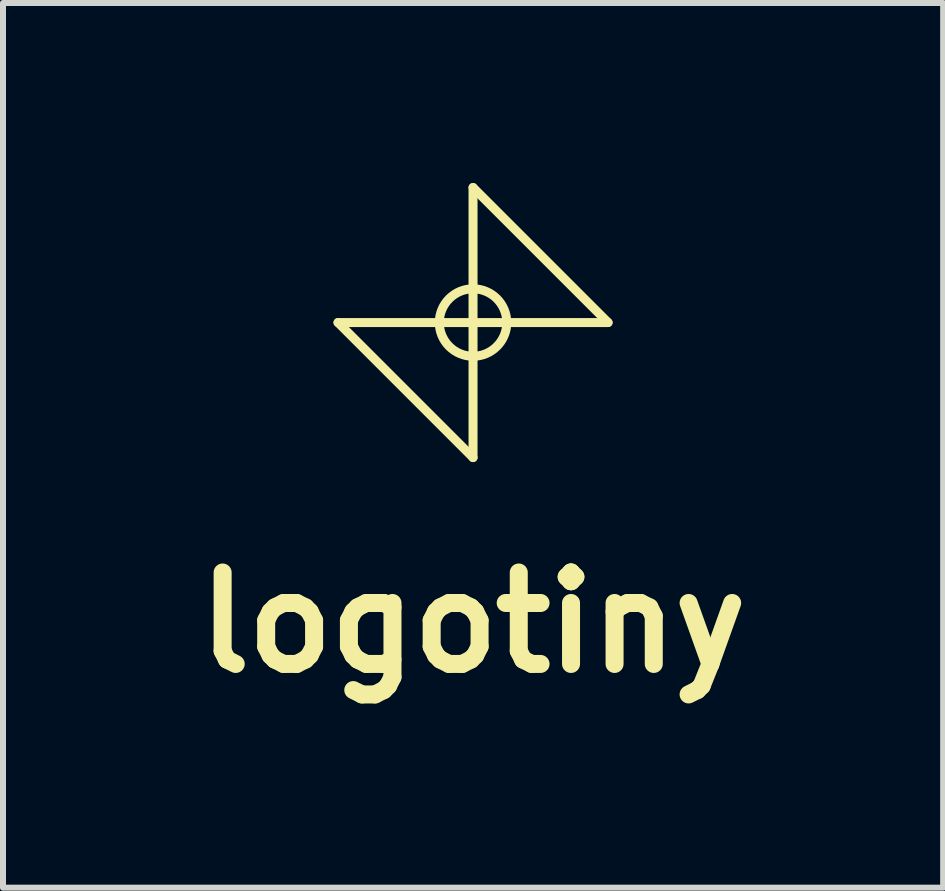
<source format=kicad_pcb>
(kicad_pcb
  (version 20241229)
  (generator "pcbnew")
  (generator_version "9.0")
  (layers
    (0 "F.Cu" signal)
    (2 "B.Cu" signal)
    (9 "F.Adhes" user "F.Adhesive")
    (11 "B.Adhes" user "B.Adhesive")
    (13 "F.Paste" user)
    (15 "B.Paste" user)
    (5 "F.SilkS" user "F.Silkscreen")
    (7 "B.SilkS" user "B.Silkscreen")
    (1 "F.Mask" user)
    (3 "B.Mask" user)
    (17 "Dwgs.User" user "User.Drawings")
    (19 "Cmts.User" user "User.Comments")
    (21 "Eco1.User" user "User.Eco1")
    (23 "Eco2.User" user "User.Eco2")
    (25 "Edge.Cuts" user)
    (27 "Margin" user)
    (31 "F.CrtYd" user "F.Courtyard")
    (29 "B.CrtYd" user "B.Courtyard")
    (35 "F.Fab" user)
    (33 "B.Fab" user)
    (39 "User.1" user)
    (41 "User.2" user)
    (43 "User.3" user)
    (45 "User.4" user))
  (footprint "logotiny"
    (layer "F.Cu")
    (at 4.833 2.325)
    (property "Reference" "logotiny" (at 0 5 0) (layer "F.SilkS") (effects (font (size 1.524 1.524) (thickness 0.3))))
    (attr through_hole)
    (fp_line (start -2.25 0) (end 0 2.25) (stroke (width 0.15) (type solid)) (layer "F.SilkS"))
    (fp_line (start -2.25 0) (end 2.25 0) (stroke (width 0.15) (type solid)) (layer "F.SilkS"))
    (fp_line (start 0 2.25) (end 0 -2.25) (stroke (width 0.15) (type solid)) (layer "F.SilkS"))
    (fp_line (start 2.25 0) (end 0 -2.25) (stroke (width 0.15) (type solid)) (layer "F.SilkS"))
    (fp_circle (center 0 0) (end 0.562 0) (stroke (width 0.15) (type solid)) (fill no) (layer "F.SilkS")))
  (gr_rect
    (start -3 -3)
    (end 12.667 11.743)
    (stroke (width 0.1) (type default))
    (fill no)
    (layer "Edge.Cuts")))
</source>
